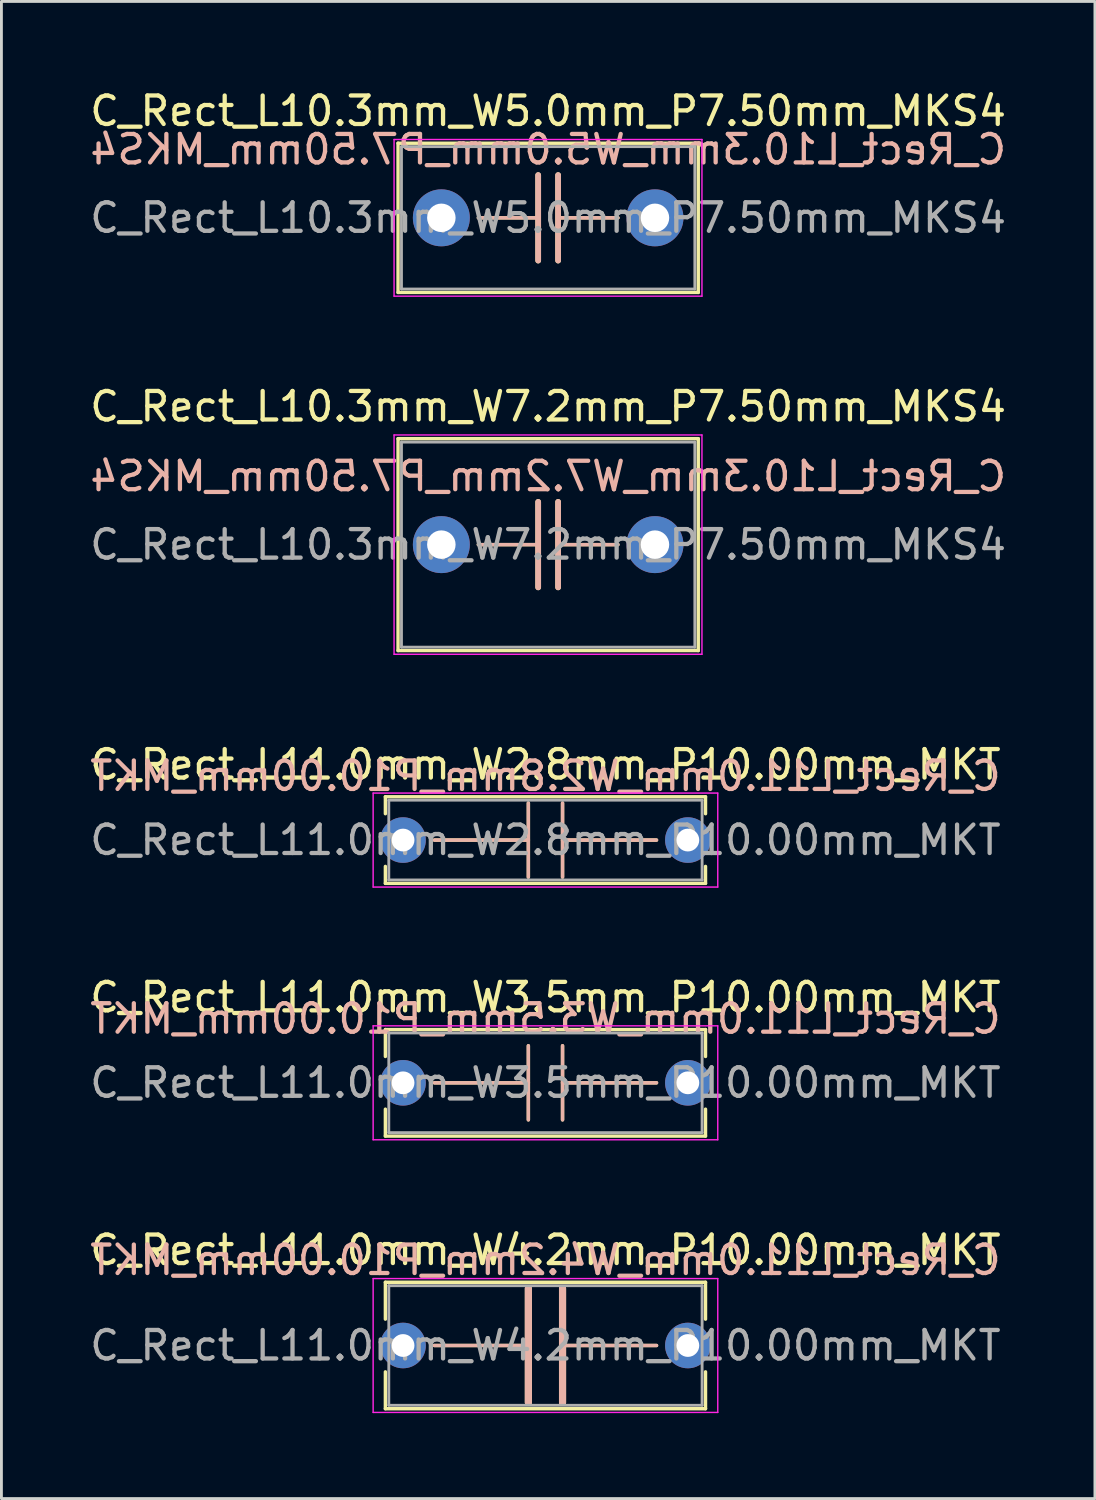
<source format=kicad_pcb>
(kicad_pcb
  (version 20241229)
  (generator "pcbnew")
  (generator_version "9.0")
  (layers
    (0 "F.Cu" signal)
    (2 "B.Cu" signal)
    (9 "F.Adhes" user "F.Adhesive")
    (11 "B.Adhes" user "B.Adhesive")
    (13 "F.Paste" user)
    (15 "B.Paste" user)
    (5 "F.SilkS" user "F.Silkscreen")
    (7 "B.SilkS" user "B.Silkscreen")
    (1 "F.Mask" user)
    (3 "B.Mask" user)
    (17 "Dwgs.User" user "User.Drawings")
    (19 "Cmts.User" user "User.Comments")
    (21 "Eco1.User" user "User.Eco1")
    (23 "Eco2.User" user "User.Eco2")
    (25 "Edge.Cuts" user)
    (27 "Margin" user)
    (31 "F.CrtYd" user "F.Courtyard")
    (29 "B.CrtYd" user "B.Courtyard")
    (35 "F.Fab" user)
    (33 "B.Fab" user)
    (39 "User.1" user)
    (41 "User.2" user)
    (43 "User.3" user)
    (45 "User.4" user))
  (footprint "C_Rect_L10.3mm_W5.0mm_P7.50mm_MKS4"
    (layer "F.Cu")
    (at 12.446 4.598)
    (property "Reference" "C_Rect_L10.3mm_W5.0mm_P7.50mm_MKS4" (at 3.75 -3.75 0) (layer "F.SilkS") (effects (font (size 1 1) (thickness 0.15))))
    (fp_line (start -1.52 -2.62) (end -1.52 2.62) (stroke (width 0.12) (type solid)) (layer "F.SilkS"))
    (fp_line (start -1.52 -2.62) (end 9.02 -2.62) (stroke (width 0.12) (type solid)) (layer "F.SilkS"))
    (fp_line (start -1.52 2.62) (end 9.02 2.62) (stroke (width 0.12) (type solid)) (layer "F.SilkS"))
    (fp_line (start 1.3 0) (end 3.4 0) (stroke (width 0.12) (type solid)) (layer "F.SilkS"))
    (fp_line (start 3.4 -1.5) (end 3.4 1.5) (stroke (width 0.2) (type solid)) (layer "F.SilkS"))
    (fp_line (start 4.1 -1.5) (end 4.1 1.5) (stroke (width 0.2) (type solid)) (layer "F.SilkS"))
    (fp_line (start 4.1 0) (end 6.2 0) (stroke (width 0.12) (type solid)) (layer "F.SilkS"))
    (fp_line (start 9.02 -2.62) (end 9.02 2.62) (stroke (width 0.12) (type solid)) (layer "F.SilkS"))
    (fp_line (start 1.3 0) (end 3.4 0) (stroke (width 0.12) (type solid)) (layer "B.SilkS"))
    (fp_line (start 3.4 1.5) (end 3.4 -1.5) (stroke (width 0.2) (type solid)) (layer "B.SilkS"))
    (fp_line (start 4.1 0) (end 6.2 0) (stroke (width 0.12) (type solid)) (layer "B.SilkS"))
    (fp_line (start 4.1 1.5) (end 4.1 -1.5) (stroke (width 0.2) (type solid)) (layer "B.SilkS"))
    (fp_line (start -1.66 -2.75) (end -1.66 2.75) (stroke (width 0.05) (type solid)) (layer "F.CrtYd"))
    (fp_line (start -1.66 2.75) (end 9.15 2.75) (stroke (width 0.05) (type solid)) (layer "F.CrtYd"))
    (fp_line (start 9.15 -2.75) (end -1.66 -2.75) (stroke (width 0.05) (type solid)) (layer "F.CrtYd"))
    (fp_line (start 9.15 2.75) (end 9.15 -2.75) (stroke (width 0.05) (type solid)) (layer "F.CrtYd"))
    (fp_line (start -1.4 -2.5) (end -1.4 2.5) (stroke (width 0.1) (type solid)) (layer "F.Fab"))
    (fp_line (start -1.4 2.5) (end 8.9 2.5) (stroke (width 0.1) (type solid)) (layer "F.Fab"))
    (fp_line (start 8.9 -2.5) (end -1.4 -2.5) (stroke (width 0.1) (type solid)) (layer "F.Fab"))
    (fp_line (start 8.9 2.5) (end 8.9 -2.5) (stroke (width 0.1) (type solid)) (layer "F.Fab"))
    (fp_text user "${REFERENCE}" (at 3.75 -2.4 0) (layer "B.SilkS") (effects (font (size 1 1) (thickness 0.15)) (justify mirror)))
    (fp_text user "${REFERENCE}" (at 3.75 0 0) (layer "F.Fab") (effects (font (size 1 1) (thickness 0.15))))
    (pad "1" thru_hole circle (at 0 0) (size 2 2) (drill 1) (layers "*.Cu" "*.Mask"))
    (pad "2" thru_hole circle (at 7.5 0) (size 2 2) (drill 1) (layers "*.Cu" "*.Mask")))
  (footprint "C_Rect_L11.0mm_W3.5mm_P10.00mm_MKT"
    (layer "F.Cu")
    (at 11.101 34.968)
    (property "Reference" "C_Rect_L11.0mm_W3.5mm_P10.00mm_MKT" (at 5 -3 0) (layer "F.SilkS") (effects (font (size 1 1) (thickness 0.15))))
    (fp_line (start -0.62 -1.87) (end -0.62 -0.925) (stroke (width 0.12) (type solid)) (layer "F.SilkS"))
    (fp_line (start -0.62 -1.87) (end 10.62 -1.87) (stroke (width 0.12) (type solid)) (layer "F.SilkS"))
    (fp_line (start -0.62 0.925) (end -0.62 1.87) (stroke (width 0.12) (type solid)) (layer "F.SilkS"))
    (fp_line (start -0.62 1.87) (end 10.62 1.87) (stroke (width 0.12) (type solid)) (layer "F.SilkS"))
    (fp_line (start 1.1 0) (end 4.4 0) (stroke (width 0.12) (type solid)) (layer "F.SilkS"))
    (fp_line (start 4.4 1.3) (end 4.4 -1.3) (stroke (width 0.12) (type solid)) (layer "F.SilkS"))
    (fp_line (start 5.6 1.3) (end 5.6 -1.3) (stroke (width 0.12) (type solid)) (layer "F.SilkS"))
    (fp_line (start 8.9 0) (end 5.6 0) (stroke (width 0.12) (type solid)) (layer "F.SilkS"))
    (fp_line (start 10.62 -1.87) (end 10.62 -0.925) (stroke (width 0.12) (type solid)) (layer "F.SilkS"))
    (fp_line (start 10.62 0.925) (end 10.62 1.87) (stroke (width 0.12) (type solid)) (layer "F.SilkS"))
    (fp_line (start 1.1 0) (end 4.4 0) (stroke (width 0.12) (type solid)) (layer "B.SilkS"))
    (fp_line (start 4.4 -1.3) (end 4.4 1.3) (stroke (width 0.12) (type solid)) (layer "B.SilkS"))
    (fp_line (start 5.6 -1.3) (end 5.6 1.3) (stroke (width 0.12) (type solid)) (layer "B.SilkS"))
    (fp_line (start 8.9 0) (end 5.6 0) (stroke (width 0.12) (type solid)) (layer "B.SilkS"))
    (fp_line (start -1.05 -2) (end -1.05 2) (stroke (width 0.05) (type solid)) (layer "F.CrtYd"))
    (fp_line (start -1.05 2) (end 11.05 2) (stroke (width 0.05) (type solid)) (layer "F.CrtYd"))
    (fp_line (start 11.05 -2) (end -1.05 -2) (stroke (width 0.05) (type solid)) (layer "F.CrtYd"))
    (fp_line (start 11.05 2) (end 11.05 -2) (stroke (width 0.05) (type solid)) (layer "F.CrtYd"))
    (fp_line (start -0.5 -1.75) (end -0.5 1.75) (stroke (width 0.1) (type solid)) (layer "F.Fab"))
    (fp_line (start -0.5 1.75) (end 10.5 1.75) (stroke (width 0.1) (type solid)) (layer "F.Fab"))
    (fp_line (start 10.5 -1.75) (end -0.5 -1.75) (stroke (width 0.1) (type solid)) (layer "F.Fab"))
    (fp_line (start 10.5 1.75) (end 10.5 -1.75) (stroke (width 0.1) (type solid)) (layer "F.Fab"))
    (fp_text user "${REFERENCE}" (at 5 -2.25 0) (layer "B.SilkS") (effects (font (size 1 1) (thickness 0.15)) (justify mirror)))
    (fp_text user "${REFERENCE}" (at 5 0 0) (layer "F.Fab") (effects (font (size 1 1) (thickness 0.15))))
    (pad "1" thru_hole circle (at 0 0) (size 1.6 1.6) (drill 0.8) (layers "*.Cu" "*.Mask"))
    (pad "2" thru_hole circle (at 10 0) (size 1.6 1.6) (drill 0.8) (layers "*.Cu" "*.Mask")))
  (footprint "C_Rect_L11.0mm_W4.2mm_P10.00mm_MKT"
    (layer "F.Cu")
    (at 11.101 44.191)
    (property "Reference" "C_Rect_L11.0mm_W4.2mm_P10.00mm_MKT" (at 5 -3.35 0) (layer "F.SilkS") (effects (font (size 1 1) (thickness 0.15))))
    (fp_line (start -0.62 -2.22) (end -0.62 -0.925) (stroke (width 0.12) (type solid)) (layer "F.SilkS"))
    (fp_line (start -0.62 -2.22) (end 10.62 -2.22) (stroke (width 0.12) (type solid)) (layer "F.SilkS"))
    (fp_line (start -0.62 0.925) (end -0.62 2.22) (stroke (width 0.12) (type solid)) (layer "F.SilkS"))
    (fp_line (start -0.62 2.22) (end 10.62 2.22) (stroke (width 0.12) (type solid)) (layer "F.SilkS"))
    (fp_line (start 1.1 0) (end 4.4 0) (stroke (width 0.12) (type solid)) (layer "F.SilkS"))
    (fp_line (start 4.4 2) (end 4.4 -2) (stroke (width 0.25) (type solid)) (layer "F.SilkS"))
    (fp_line (start 5.6 2) (end 5.6 -2) (stroke (width 0.25) (type solid)) (layer "F.SilkS"))
    (fp_line (start 8.9 0) (end 5.6 0) (stroke (width 0.12) (type solid)) (layer "F.SilkS"))
    (fp_line (start 10.62 -2.22) (end 10.62 -0.925) (stroke (width 0.12) (type solid)) (layer "F.SilkS"))
    (fp_line (start 10.62 0.925) (end 10.62 2.22) (stroke (width 0.12) (type solid)) (layer "F.SilkS"))
    (fp_line (start 1.1 0) (end 4.4 0) (stroke (width 0.12) (type solid)) (layer "B.SilkS"))
    (fp_line (start 4.4 -2) (end 4.4 2) (stroke (width 0.25) (type solid)) (layer "B.SilkS"))
    (fp_line (start 5.6 -2) (end 5.6 2) (stroke (width 0.25) (type solid)) (layer "B.SilkS"))
    (fp_line (start 8.9 0) (end 5.6 0) (stroke (width 0.12) (type solid)) (layer "B.SilkS"))
    (fp_line (start -1.05 -2.35) (end -1.05 2.35) (stroke (width 0.05) (type solid)) (layer "F.CrtYd"))
    (fp_line (start -1.05 2.35) (end 11.05 2.35) (stroke (width 0.05) (type solid)) (layer "F.CrtYd"))
    (fp_line (start 11.05 -2.35) (end -1.05 -2.35) (stroke (width 0.05) (type solid)) (layer "F.CrtYd"))
    (fp_line (start 11.05 2.35) (end 11.05 -2.35) (stroke (width 0.05) (type solid)) (layer "F.CrtYd"))
    (fp_line (start -0.5 -2.1) (end -0.5 2.1) (stroke (width 0.1) (type solid)) (layer "F.Fab"))
    (fp_line (start -0.5 2.1) (end 10.5 2.1) (stroke (width 0.1) (type solid)) (layer "F.Fab"))
    (fp_line (start 10.5 -2.1) (end -0.5 -2.1) (stroke (width 0.1) (type solid)) (layer "F.Fab"))
    (fp_line (start 10.5 2.1) (end 10.5 -2.1) (stroke (width 0.1) (type solid)) (layer "F.Fab"))
    (fp_text user "${REFERENCE}" (at 5 -3 0) (layer "B.SilkS") (effects (font (size 1 1) (thickness 0.15)) (justify mirror)))
    (fp_text user "${REFERENCE}" (at 5 0 0) (layer "F.Fab") (effects (font (size 1 1) (thickness 0.15))))
    (pad "1" thru_hole circle (at 0 0) (size 1.6 1.6) (drill 0.8) (layers "*.Cu" "*.Mask"))
    (pad "2" thru_hole circle (at 10 0) (size 1.6 1.6) (drill 0.8) (layers "*.Cu" "*.Mask")))
  (footprint "C_Rect_L10.3mm_W7.2mm_P7.50mm_MKS4"
    (layer "F.Cu")
    (at 12.446 16.072)
    (property "Reference" "C_Rect_L10.3mm_W7.2mm_P7.50mm_MKS4" (at 3.75 -4.85 0) (layer "F.SilkS") (effects (font (size 1 1) (thickness 0.15))))
    (fp_line (start -1.52 -3.72) (end -1.52 3.72) (stroke (width 0.12) (type solid)) (layer "F.SilkS"))
    (fp_line (start -1.52 -3.72) (end 9.02 -3.72) (stroke (width 0.12) (type solid)) (layer "F.SilkS"))
    (fp_line (start -1.52 3.72) (end 9.02 3.72) (stroke (width 0.12) (type solid)) (layer "F.SilkS"))
    (fp_line (start 1.3 0) (end 3.4 0) (stroke (width 0.12) (type solid)) (layer "F.SilkS"))
    (fp_line (start 3.4 -1.5) (end 3.4 1.5) (stroke (width 0.2) (type solid)) (layer "F.SilkS"))
    (fp_line (start 4.1 -1.5) (end 4.1 1.5) (stroke (width 0.2) (type solid)) (layer "F.SilkS"))
    (fp_line (start 4.1 0) (end 6.2 0) (stroke (width 0.12) (type solid)) (layer "F.SilkS"))
    (fp_line (start 9.02 -3.72) (end 9.02 3.72) (stroke (width 0.12) (type solid)) (layer "F.SilkS"))
    (fp_line (start 1.3 0) (end 3.4 0) (stroke (width 0.12) (type solid)) (layer "B.SilkS"))
    (fp_line (start 3.4 1.5) (end 3.4 -1.5) (stroke (width 0.2) (type solid)) (layer "B.SilkS"))
    (fp_line (start 4.1 0) (end 6.2 0) (stroke (width 0.12) (type solid)) (layer "B.SilkS"))
    (fp_line (start 4.1 1.5) (end 4.1 -1.5) (stroke (width 0.2) (type solid)) (layer "B.SilkS"))
    (fp_line (start -1.66 -3.85) (end -1.66 3.85) (stroke (width 0.05) (type solid)) (layer "F.CrtYd"))
    (fp_line (start -1.66 3.85) (end 9.15 3.85) (stroke (width 0.05) (type solid)) (layer "F.CrtYd"))
    (fp_line (start 9.15 -3.85) (end -1.66 -3.85) (stroke (width 0.05) (type solid)) (layer "F.CrtYd"))
    (fp_line (start 9.15 3.85) (end 9.15 -3.85) (stroke (width 0.05) (type solid)) (layer "F.CrtYd"))
    (fp_line (start -1.4 -3.6) (end -1.4 3.6) (stroke (width 0.1) (type solid)) (layer "F.Fab"))
    (fp_line (start -1.4 3.6) (end 8.9 3.6) (stroke (width 0.1) (type solid)) (layer "F.Fab"))
    (fp_line (start 8.9 -3.6) (end -1.4 -3.6) (stroke (width 0.1) (type solid)) (layer "F.Fab"))
    (fp_line (start 8.9 3.6) (end 8.9 -3.6) (stroke (width 0.1) (type solid)) (layer "F.Fab"))
    (fp_text user "${REFERENCE}" (at 3.75 -2.4 0) (layer "B.SilkS") (effects (font (size 1 1) (thickness 0.15)) (justify mirror)))
    (fp_text user "${REFERENCE}" (at 3.75 0 0) (layer "F.Fab") (effects (font (size 1 1) (thickness 0.15))))
    (pad "1" thru_hole circle (at 0 0) (size 2 2) (drill 1) (layers "*.Cu" "*.Mask"))
    (pad "2" thru_hole circle (at 7.5 0) (size 2 2) (drill 1) (layers "*.Cu" "*.Mask")))
  (footprint "C_Rect_L11.0mm_W2.8mm_P10.00mm_MKT"
    (layer "F.Cu")
    (at 11.101 26.445)
    (property "Reference" "C_Rect_L11.0mm_W2.8mm_P10.00mm_MKT" (at 5 -2.65 0) (layer "F.SilkS") (effects (font (size 1 1) (thickness 0.15))))
    (fp_line (start -0.62 -1.52) (end -0.62 -0.925) (stroke (width 0.12) (type solid)) (layer "F.SilkS"))
    (fp_line (start -0.62 -1.52) (end 10.62 -1.52) (stroke (width 0.12) (type solid)) (layer "F.SilkS"))
    (fp_line (start -0.62 0.925) (end -0.62 1.52) (stroke (width 0.12) (type solid)) (layer "F.SilkS"))
    (fp_line (start -0.62 1.52) (end 10.62 1.52) (stroke (width 0.12) (type solid)) (layer "F.SilkS"))
    (fp_line (start 1.1 0) (end 4.4 0) (stroke (width 0.12) (type solid)) (layer "F.SilkS"))
    (fp_line (start 4.4 1.3) (end 4.4 -1.3) (stroke (width 0.12) (type solid)) (layer "F.SilkS"))
    (fp_line (start 5.6 1.3) (end 5.6 -1.3) (stroke (width 0.12) (type solid)) (layer "F.SilkS"))
    (fp_line (start 8.9 0) (end 5.6 0) (stroke (width 0.12) (type solid)) (layer "F.SilkS"))
    (fp_line (start 10.62 -1.52) (end 10.62 -0.925) (stroke (width 0.12) (type solid)) (layer "F.SilkS"))
    (fp_line (start 10.62 0.925) (end 10.62 1.52) (stroke (width 0.12) (type solid)) (layer "F.SilkS"))
    (fp_line (start 1.1 0) (end 4.4 0) (stroke (width 0.12) (type solid)) (layer "B.SilkS"))
    (fp_line (start 4.4 -1.3) (end 4.4 1.3) (stroke (width 0.12) (type solid)) (layer "B.SilkS"))
    (fp_line (start 5.6 -1.3) (end 5.6 1.3) (stroke (width 0.12) (type solid)) (layer "B.SilkS"))
    (fp_line (start 8.9 0) (end 5.6 0) (stroke (width 0.12) (type solid)) (layer "B.SilkS"))
    (fp_line (start -1.05 -1.65) (end -1.05 1.65) (stroke (width 0.05) (type solid)) (layer "F.CrtYd"))
    (fp_line (start -1.05 1.65) (end 11.05 1.65) (stroke (width 0.05) (type solid)) (layer "F.CrtYd"))
    (fp_line (start 11.05 -1.65) (end -1.05 -1.65) (stroke (width 0.05) (type solid)) (layer "F.CrtYd"))
    (fp_line (start 11.05 1.65) (end 11.05 -1.65) (stroke (width 0.05) (type solid)) (layer "F.CrtYd"))
    (fp_line (start -0.5 -1.4) (end -0.5 1.4) (stroke (width 0.1) (type solid)) (layer "F.Fab"))
    (fp_line (start -0.5 1.4) (end 10.5 1.4) (stroke (width 0.1) (type solid)) (layer "F.Fab"))
    (fp_line (start 10.5 -1.4) (end -0.5 -1.4) (stroke (width 0.1) (type solid)) (layer "F.Fab"))
    (fp_line (start 10.5 1.4) (end 10.5 -1.4) (stroke (width 0.1) (type solid)) (layer "F.Fab"))
    (fp_text user "${REFERENCE}" (at 5 -2.25 0) (layer "B.SilkS") (effects (font (size 1 1) (thickness 0.15)) (justify mirror)))
    (fp_text user "${REFERENCE}" (at 5 0 0) (layer "F.Fab") (effects (font (size 1 1) (thickness 0.15))))
    (pad "1" thru_hole circle (at 0 0) (size 1.6 1.6) (drill 0.8) (layers "*.Cu" "*.Mask"))
    (pad "2" thru_hole circle (at 10 0) (size 1.6 1.6) (drill 0.8) (layers "*.Cu" "*.Mask")))
  (gr_rect
    (start -3 -3)
    (end 35.393 49.566)
    (stroke (width 0.1) (type default))
    (fill no)
    (layer "Edge.Cuts")))
</source>
